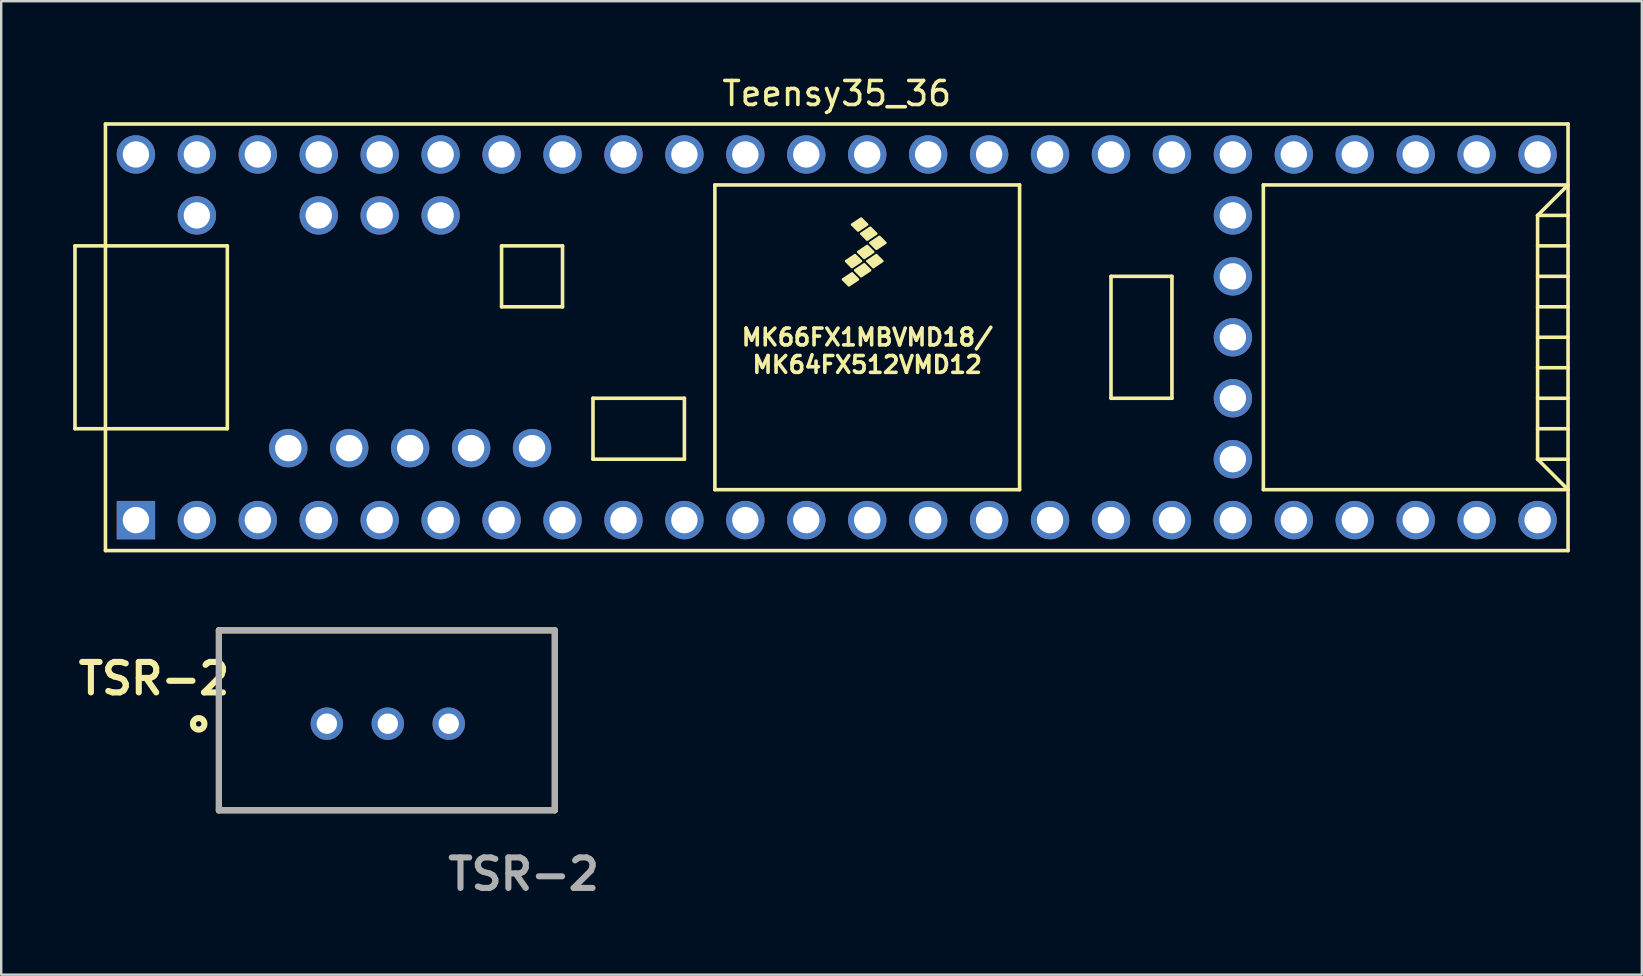
<source format=kicad_pcb>
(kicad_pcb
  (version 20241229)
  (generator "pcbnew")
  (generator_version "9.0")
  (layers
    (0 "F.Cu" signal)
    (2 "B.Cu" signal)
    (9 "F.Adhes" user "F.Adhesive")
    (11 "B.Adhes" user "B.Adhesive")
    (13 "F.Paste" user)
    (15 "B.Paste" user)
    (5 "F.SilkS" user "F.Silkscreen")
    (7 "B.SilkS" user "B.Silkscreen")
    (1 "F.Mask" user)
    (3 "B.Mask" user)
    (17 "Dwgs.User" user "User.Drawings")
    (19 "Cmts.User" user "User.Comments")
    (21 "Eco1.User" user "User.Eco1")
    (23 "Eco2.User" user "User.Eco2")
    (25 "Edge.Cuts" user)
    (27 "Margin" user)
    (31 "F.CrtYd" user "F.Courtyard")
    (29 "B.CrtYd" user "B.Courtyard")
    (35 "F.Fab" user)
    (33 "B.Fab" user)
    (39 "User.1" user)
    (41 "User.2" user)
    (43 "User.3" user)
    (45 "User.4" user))
  (footprint "TSR-2"
    (layer "F.Cu")
    (at 6.073 23.223)
    (property "Reference" "TSR-2" (at -2.704 2.011 0) (layer "F.SilkS") (effects (font (size 1.27 1.27) (thickness 0.254))))
    (attr through_hole)
    (fp_line (start 0 0) (end 14 0) (stroke (width 0.254) (type solid)) (layer "F.SilkS"))
    (fp_line (start 0 7.5) (end 0 0) (stroke (width 0.254) (type solid)) (layer "F.SilkS"))
    (fp_line (start 14 0) (end 14 7.5) (stroke (width 0.254) (type solid)) (layer "F.SilkS"))
    (fp_line (start 14 7.5) (end 0 7.5) (stroke (width 0.254) (type solid)) (layer "F.SilkS"))
    (fp_circle (center -0.842 3.896) (end -0.842 4.009) (stroke (width 0.254) (type solid)) (fill no) (layer "F.SilkS"))
    (fp_line (start 0 0) (end 14 0) (stroke (width 0.254) (type solid)) (layer "F.Fab"))
    (fp_line (start 0 7.5) (end 0 0) (stroke (width 0.254) (type solid)) (layer "F.Fab"))
    (fp_line (start 14 0) (end 14 7.5) (stroke (width 0.254) (type solid)) (layer "F.Fab"))
    (fp_line (start 14 7.5) (end 0 7.5) (stroke (width 0.254) (type solid)) (layer "F.Fab"))
    (fp_text user "${REFERENCE}" (at 12.7 10.16 0) (layer "F.Fab") (effects (font (size 1.27 1.27) (thickness 0.254))))
    (pad "1" thru_hole circle (at 4.5 3.89) (size 1.35 1.35) (drill 0.85) (layers "*.Cu" "*.Mask"))
    (pad "2" thru_hole circle (at 7.04 3.89) (size 1.35 1.35) (drill 0.85) (layers "*.Cu" "*.Mask"))
    (pad "3" thru_hole circle (at 9.58 3.89) (size 1.35 1.35) (drill 0.85) (layers "*.Cu" "*.Mask")))
  (footprint "Teensy35_36"
    (layer "F.Cu")
    (at 31.825 11.008)
    (property "Reference" "Teensy35_36" (at 0 -10.16 0) (layer "F.SilkS") (effects (font (size 1 1) (thickness 0.15))))
    (attr through_hole)
    (fp_line (start -31.75 -3.81) (end -30.48 -3.81) (stroke (width 0.15) (type solid)) (layer "F.SilkS"))
    (fp_line (start -31.75 3.81) (end -31.75 -3.81) (stroke (width 0.15) (type solid)) (layer "F.SilkS"))
    (fp_line (start -30.48 3.81) (end -31.75 3.81) (stroke (width 0.15) (type solid)) (layer "F.SilkS"))
    (fp_line (start -30.48 8.89) (end -30.48 -8.89) (stroke (width 0.15) (type solid)) (layer "F.SilkS"))
    (fp_line (start -30.48 8.89) (end 30.48 8.89) (stroke (width 0.15) (type solid)) (layer "F.SilkS"))
    (fp_line (start -25.4 -3.81) (end -30.48 -3.81) (stroke (width 0.15) (type solid)) (layer "F.SilkS"))
    (fp_line (start -25.4 3.81) (end -30.48 3.81) (stroke (width 0.15) (type solid)) (layer "F.SilkS"))
    (fp_line (start -25.4 3.81) (end -25.4 -3.81) (stroke (width 0.15) (type solid)) (layer "F.SilkS"))
    (fp_line (start -13.97 -3.81) (end -13.97 -1.27) (stroke (width 0.15) (type solid)) (layer "F.SilkS"))
    (fp_line (start -13.97 -1.27) (end -11.43 -1.27) (stroke (width 0.15) (type solid)) (layer "F.SilkS"))
    (fp_line (start -11.43 -3.81) (end -13.97 -3.81) (stroke (width 0.15) (type solid)) (layer "F.SilkS"))
    (fp_line (start -11.43 -1.27) (end -11.43 -3.81) (stroke (width 0.15) (type solid)) (layer "F.SilkS"))
    (fp_line (start -10.16 2.54) (end -6.35 2.54) (stroke (width 0.15) (type solid)) (layer "F.SilkS"))
    (fp_line (start -10.16 5.08) (end -10.16 2.54) (stroke (width 0.15) (type solid)) (layer "F.SilkS"))
    (fp_line (start -6.35 2.54) (end -6.35 5.08) (stroke (width 0.15) (type solid)) (layer "F.SilkS"))
    (fp_line (start -6.35 5.08) (end -10.16 5.08) (stroke (width 0.15) (type solid)) (layer "F.SilkS"))
    (fp_line (start -5.08 -6.35) (end -5.08 6.35) (stroke (width 0.15) (type solid)) (layer "F.SilkS"))
    (fp_line (start -5.08 -6.35) (end 7.62 -6.35) (stroke (width 0.15) (type solid)) (layer "F.SilkS"))
    (fp_line (start -5.08 6.35) (end 7.62 6.35) (stroke (width 0.15) (type solid)) (layer "F.SilkS"))
    (fp_line (start 7.62 6.35) (end 7.62 -6.35) (stroke (width 0.15) (type solid)) (layer "F.SilkS"))
    (fp_line (start 11.43 -2.54) (end 13.97 -2.54) (stroke (width 0.15) (type solid)) (layer "F.SilkS"))
    (fp_line (start 11.43 2.54) (end 11.43 -2.54) (stroke (width 0.15) (type solid)) (layer "F.SilkS"))
    (fp_line (start 13.97 -2.54) (end 13.97 2.54) (stroke (width 0.15) (type solid)) (layer "F.SilkS"))
    (fp_line (start 13.97 2.54) (end 11.43 2.54) (stroke (width 0.15) (type solid)) (layer "F.SilkS"))
    (fp_line (start 17.78 -6.35) (end 17.78 6.35) (stroke (width 0.15) (type solid)) (layer "F.SilkS"))
    (fp_line (start 17.78 6.35) (end 30.48 6.35) (stroke (width 0.15) (type solid)) (layer "F.SilkS"))
    (fp_line (start 29.21 -5.08) (end 30.48 -6.35) (stroke (width 0.15) (type solid)) (layer "F.SilkS"))
    (fp_line (start 29.21 -5.08) (end 30.48 -5.08) (stroke (width 0.15) (type solid)) (layer "F.SilkS"))
    (fp_line (start 29.21 -3.81) (end 30.48 -3.81) (stroke (width 0.15) (type solid)) (layer "F.SilkS"))
    (fp_line (start 29.21 -2.54) (end 30.48 -2.54) (stroke (width 0.15) (type solid)) (layer "F.SilkS"))
    (fp_line (start 29.21 -1.27) (end 30.48 -1.27) (stroke (width 0.15) (type solid)) (layer "F.SilkS"))
    (fp_line (start 29.21 0) (end 30.48 0) (stroke (width 0.15) (type solid)) (layer "F.SilkS"))
    (fp_line (start 29.21 1.27) (end 30.48 1.27) (stroke (width 0.15) (type solid)) (layer "F.SilkS"))
    (fp_line (start 29.21 2.54) (end 30.48 2.54) (stroke (width 0.15) (type solid)) (layer "F.SilkS"))
    (fp_line (start 29.21 3.81) (end 30.48 3.81) (stroke (width 0.15) (type solid)) (layer "F.SilkS"))
    (fp_line (start 29.21 5.08) (end 29.21 -5.08) (stroke (width 0.15) (type solid)) (layer "F.SilkS"))
    (fp_line (start 29.21 5.08) (end 30.48 5.08) (stroke (width 0.15) (type solid)) (layer "F.SilkS"))
    (fp_line (start 30.48 -8.89) (end -30.48 -8.89) (stroke (width 0.15) (type solid)) (layer "F.SilkS"))
    (fp_line (start 30.48 -8.89) (end 30.48 8.89) (stroke (width 0.15) (type solid)) (layer "F.SilkS"))
    (fp_line (start 30.48 -6.35) (end 17.78 -6.35) (stroke (width 0.15) (type solid)) (layer "F.SilkS"))
    (fp_line (start 30.48 6.35) (end 29.21 5.08) (stroke (width 0.15) (type solid)) (layer "F.SilkS"))
    (fp_poly (pts (xy 0.635 -2.667) (xy 0.889 -2.413) (xy 0.508 -2.159) (xy 0.254 -2.413)) (stroke (width 0.1) (type solid)) (fill yes) (layer "F.SilkS"))
    (fp_poly (pts (xy 0.762 -3.429) (xy 1.016 -3.175) (xy 0.635 -2.921) (xy 0.381 -3.175)) (stroke (width 0.1) (type solid)) (fill yes) (layer "F.SilkS"))
    (fp_poly (pts (xy 1.016 -4.953) (xy 1.27 -4.699) (xy 0.889 -4.445) (xy 0.635 -4.699)) (stroke (width 0.1) (type solid)) (fill yes) (layer "F.SilkS"))
    (fp_poly (pts (xy 1.143 -3.048) (xy 1.397 -2.794) (xy 1.016 -2.54) (xy 0.762 -2.794)) (stroke (width 0.1) (type solid)) (fill yes) (layer "F.SilkS"))
    (fp_poly (pts (xy 1.27 -3.81) (xy 1.524 -3.556) (xy 1.143 -3.302) (xy 0.889 -3.556)) (stroke (width 0.1) (type solid)) (fill yes) (layer "F.SilkS"))
    (fp_poly (pts (xy 1.397 -4.572) (xy 1.651 -4.318) (xy 1.27 -4.064) (xy 1.016 -4.318)) (stroke (width 0.1) (type solid)) (fill yes) (layer "F.SilkS"))
    (fp_poly (pts (xy 1.651 -3.429) (xy 1.905 -3.175) (xy 1.524 -2.921) (xy 1.27 -3.175)) (stroke (width 0.1) (type solid)) (fill yes) (layer "F.SilkS"))
    (fp_poly (pts (xy 1.778 -4.191) (xy 2.032 -3.937) (xy 1.651 -3.683) (xy 1.397 -3.937)) (stroke (width 0.1) (type solid)) (fill yes) (layer "F.SilkS"))
    (fp_text user "MK64FX512VMD12" (at 1.27 1.143 0) (layer "F.SilkS") (effects (font (size 0.7 0.7) (thickness 0.15))))
    (fp_text user "MK66FX1MBVMD18/" (at 1.27 0 0) (layer "F.SilkS") (effects (font (size 0.7 0.7) (thickness 0.15))))
    (pad "1" thru_hole rect (at -29.21 7.62) (size 1.6 1.6) (drill 1.1) (layers "*.Cu" "*.Mask"))
    (pad "2" thru_hole circle (at -26.67 7.62) (size 1.6 1.6) (drill 1.1) (layers "*.Cu" "*.Mask"))
    (pad "3" thru_hole circle (at -24.13 7.62) (size 1.6 1.6) (drill 1.1) (layers "*.Cu" "*.Mask"))
    (pad "4" thru_hole circle (at -21.59 7.62) (size 1.6 1.6) (drill 1.1) (layers "*.Cu" "*.Mask"))
    (pad "5" thru_hole circle (at -19.05 7.62) (size 1.6 1.6) (drill 1.1) (layers "*.Cu" "*.Mask"))
    (pad "6" thru_hole circle (at -16.51 7.62) (size 1.6 1.6) (drill 1.1) (layers "*.Cu" "*.Mask"))
    (pad "7" thru_hole circle (at -13.97 7.62) (size 1.6 1.6) (drill 1.1) (layers "*.Cu" "*.Mask"))
    (pad "8" thru_hole circle (at -11.43 7.62) (size 1.6 1.6) (drill 1.1) (layers "*.Cu" "*.Mask"))
    (pad "9" thru_hole circle (at -8.89 7.62) (size 1.6 1.6) (drill 1.1) (layers "*.Cu" "*.Mask"))
    (pad "10" thru_hole circle (at -6.35 7.62) (size 1.6 1.6) (drill 1.1) (layers "*.Cu" "*.Mask"))
    (pad "11" thru_hole circle (at -3.81 7.62) (size 1.6 1.6) (drill 1.1) (layers "*.Cu" "*.Mask"))
    (pad "12" thru_hole circle (at -1.27 7.62) (size 1.6 1.6) (drill 1.1) (layers "*.Cu" "*.Mask"))
    (pad "13" thru_hole circle (at 1.27 7.62) (size 1.6 1.6) (drill 1.1) (layers "*.Cu" "*.Mask"))
    (pad "14" thru_hole circle (at 3.81 7.62) (size 1.6 1.6) (drill 1.1) (layers "*.Cu" "*.Mask"))
    (pad "15" thru_hole circle (at 6.35 7.62) (size 1.6 1.6) (drill 1.1) (layers "*.Cu" "*.Mask"))
    (pad "16" thru_hole circle (at 8.89 7.62) (size 1.6 1.6) (drill 1.1) (layers "*.Cu" "*.Mask"))
    (pad "17" thru_hole circle (at 11.43 7.62) (size 1.6 1.6) (drill 1.1) (layers "*.Cu" "*.Mask"))
    (pad "18" thru_hole circle (at 13.97 7.62) (size 1.6 1.6) (drill 1.1) (layers "*.Cu" "*.Mask"))
    (pad "19" thru_hole circle (at 16.51 7.62) (size 1.6 1.6) (drill 1.1) (layers "*.Cu" "*.Mask"))
    (pad "20" thru_hole circle (at 19.05 7.62) (size 1.6 1.6) (drill 1.1) (layers "*.Cu" "*.Mask"))
    (pad "21" thru_hole circle (at 21.59 7.62) (size 1.6 1.6) (drill 1.1) (layers "*.Cu" "*.Mask"))
    (pad "22" thru_hole circle (at 24.13 7.62) (size 1.6 1.6) (drill 1.1) (layers "*.Cu" "*.Mask"))
    (pad "23" thru_hole circle (at 26.67 7.62) (size 1.6 1.6) (drill 1.1) (layers "*.Cu" "*.Mask"))
    (pad "24" thru_hole circle (at 29.21 7.62) (size 1.6 1.6) (drill 1.1) (layers "*.Cu" "*.Mask"))
    (pad "25" thru_hole circle (at 16.51 5.08) (size 1.6 1.6) (drill 1.1) (layers "*.Cu" "*.Mask"))
    (pad "26" thru_hole circle (at 16.51 2.54) (size 1.6 1.6) (drill 1.1) (layers "*.Cu" "*.Mask"))
    (pad "27" thru_hole circle (at 16.51 0) (size 1.6 1.6) (drill 1.1) (layers "*.Cu" "*.Mask"))
    (pad "28" thru_hole circle (at 16.51 -2.54) (size 1.6 1.6) (drill 1.1) (layers "*.Cu" "*.Mask"))
    (pad "29" thru_hole circle (at 16.51 -5.08) (size 1.6 1.6) (drill 1.1) (layers "*.Cu" "*.Mask"))
    (pad "30" thru_hole circle (at 29.21 -7.62) (size 1.6 1.6) (drill 1.1) (layers "*.Cu" "*.Mask"))
    (pad "31" thru_hole circle (at 26.67 -7.62) (size 1.6 1.6) (drill 1.1) (layers "*.Cu" "*.Mask"))
    (pad "32" thru_hole circle (at 24.13 -7.62) (size 1.6 1.6) (drill 1.1) (layers "*.Cu" "*.Mask"))
    (pad "33" thru_hole circle (at 21.59 -7.62) (size 1.6 1.6) (drill 1.1) (layers "*.Cu" "*.Mask"))
    (pad "34" thru_hole circle (at 19.05 -7.62) (size 1.6 1.6) (drill 1.1) (layers "*.Cu" "*.Mask"))
    (pad "35" thru_hole circle (at 16.51 -7.62) (size 1.6 1.6) (drill 1.1) (layers "*.Cu" "*.Mask"))
    (pad "36" thru_hole circle (at 13.97 -7.62) (size 1.6 1.6) (drill 1.1) (layers "*.Cu" "*.Mask"))
    (pad "37" thru_hole circle (at 11.43 -7.62) (size 1.6 1.6) (drill 1.1) (layers "*.Cu" "*.Mask"))
    (pad "38" thru_hole circle (at 8.89 -7.62) (size 1.6 1.6) (drill 1.1) (layers "*.Cu" "*.Mask"))
    (pad "39" thru_hole circle (at 6.35 -7.62) (size 1.6 1.6) (drill 1.1) (layers "*.Cu" "*.Mask"))
    (pad "40" thru_hole circle (at 3.81 -7.62) (size 1.6 1.6) (drill 1.1) (layers "*.Cu" "*.Mask"))
    (pad "41" thru_hole circle (at 1.27 -7.62) (size 1.6 1.6) (drill 1.1) (layers "*.Cu" "*.Mask"))
    (pad "42" thru_hole circle (at -1.27 -7.62) (size 1.6 1.6) (drill 1.1) (layers "*.Cu" "*.Mask"))
    (pad "43" thru_hole circle (at -3.81 -7.62) (size 1.6 1.6) (drill 1.1) (layers "*.Cu" "*.Mask"))
    (pad "44" thru_hole circle (at -6.35 -7.62) (size 1.6 1.6) (drill 1.1) (layers "*.Cu" "*.Mask"))
    (pad "45" thru_hole circle (at -8.89 -7.62) (size 1.6 1.6) (drill 1.1) (layers "*.Cu" "*.Mask"))
    (pad "46" thru_hole circle (at -11.43 -7.62) (size 1.6 1.6) (drill 1.1) (layers "*.Cu" "*.Mask"))
    (pad "47" thru_hole circle (at -13.97 -7.62) (size 1.6 1.6) (drill 1.1) (layers "*.Cu" "*.Mask"))
    (pad "48" thru_hole circle (at -16.51 -7.62) (size 1.6 1.6) (drill 1.1) (layers "*.Cu" "*.Mask"))
    (pad "49" thru_hole circle (at -19.05 -7.62) (size 1.6 1.6) (drill 1.1) (layers "*.Cu" "*.Mask"))
    (pad "50" thru_hole circle (at -21.59 -7.62) (size 1.6 1.6) (drill 1.1) (layers "*.Cu" "*.Mask"))
    (pad "51" thru_hole circle (at -24.13 -7.62) (size 1.6 1.6) (drill 1.1) (layers "*.Cu" "*.Mask"))
    (pad "52" thru_hole circle (at -26.67 -7.62) (size 1.6 1.6) (drill 1.1) (layers "*.Cu" "*.Mask"))
    (pad "53" thru_hole circle (at -29.21 -7.62) (size 1.6 1.6) (drill 1.1) (layers "*.Cu" "*.Mask"))
    (pad "54" thru_hole circle (at -26.67 -5.08) (size 1.6 1.6) (drill 1.1) (layers "*.Cu" "*.Mask"))
    (pad "55" thru_hole circle (at -21.59 -5.08) (size 1.6 1.6) (drill 1.1) (layers "*.Cu" "*.Mask"))
    (pad "56" thru_hole circle (at -19.05 -5.08) (size 1.6 1.6) (drill 1.1) (layers "*.Cu" "*.Mask"))
    (pad "57" thru_hole circle (at -16.51 -5.08) (size 1.6 1.6) (drill 1.1) (layers "*.Cu" "*.Mask"))
    (pad "58" thru_hole circle (at -22.86 4.62) (size 1.6 1.6) (drill 1.1) (layers "*.Cu" "*.Mask"))
    (pad "59" thru_hole circle (at -20.32 4.62) (size 1.6 1.6) (drill 1.1) (layers "*.Cu" "*.Mask"))
    (pad "60" thru_hole circle (at -17.78 4.62) (size 1.6 1.6) (drill 1.1) (layers "*.Cu" "*.Mask"))
    (pad "61" thru_hole circle (at -15.24 4.62) (size 1.6 1.6) (drill 1.1) (layers "*.Cu" "*.Mask"))
    (pad "62" thru_hole circle (at -12.7 4.62) (size 1.6 1.6) (drill 1.1) (layers "*.Cu" "*.Mask")))
  (gr_rect
    (start -3 -3)
    (end 65.38 37.572)
    (stroke (width 0.1) (type default))
    (fill no)
    (layer "Edge.Cuts")))
</source>
